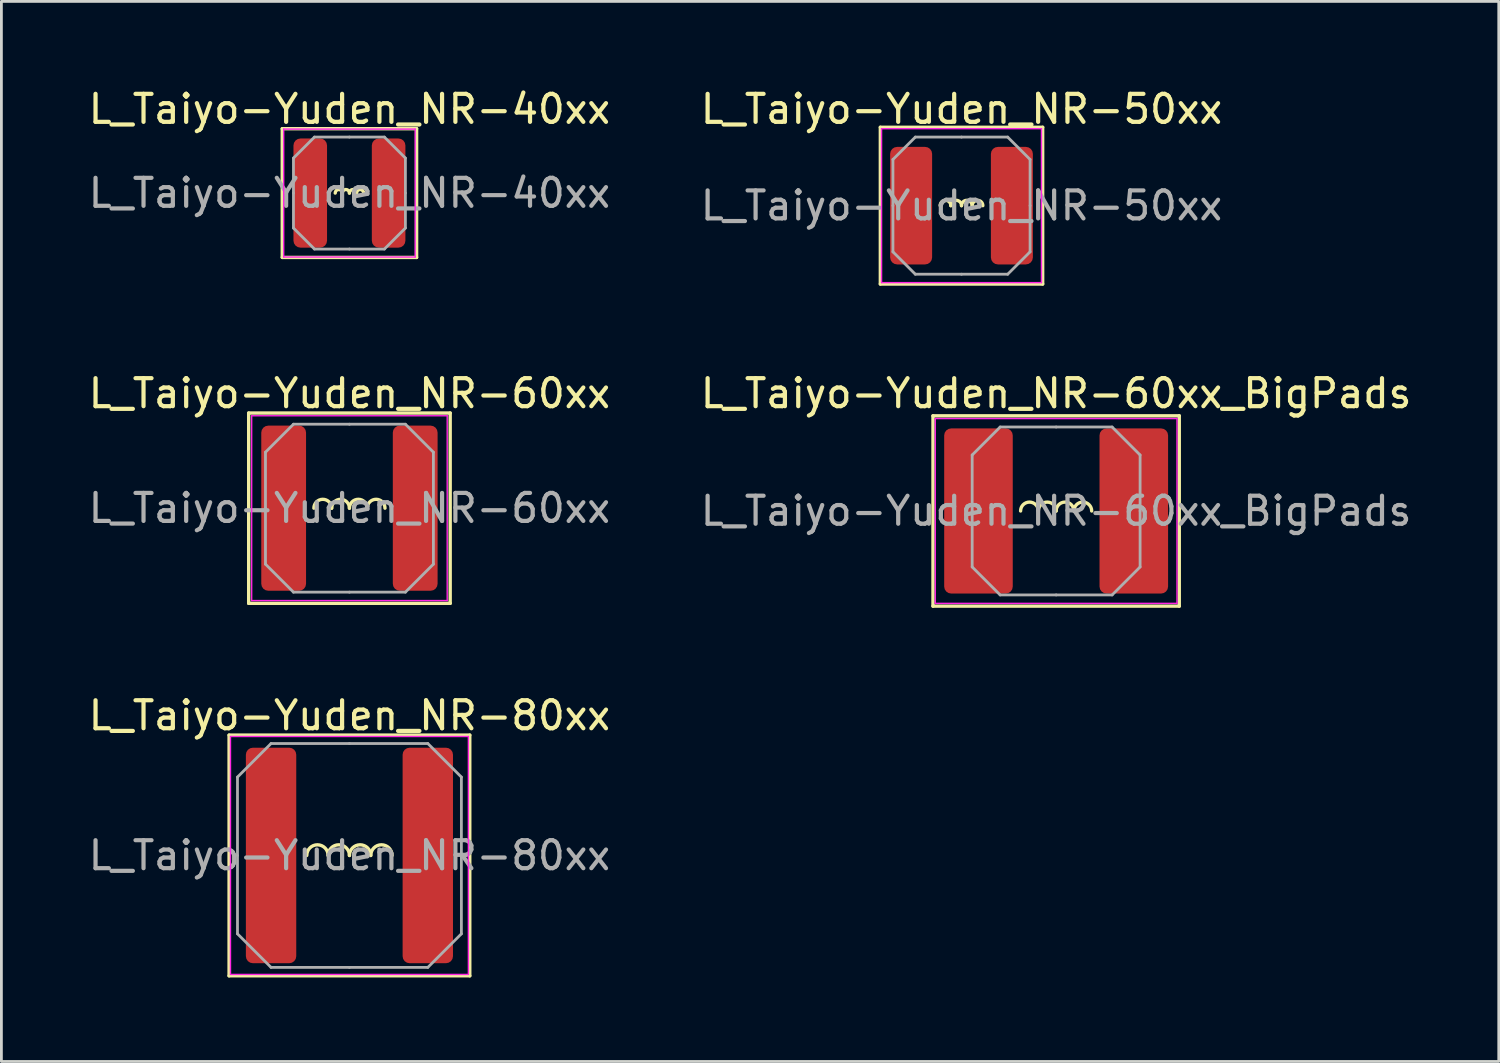
<source format=kicad_pcb>
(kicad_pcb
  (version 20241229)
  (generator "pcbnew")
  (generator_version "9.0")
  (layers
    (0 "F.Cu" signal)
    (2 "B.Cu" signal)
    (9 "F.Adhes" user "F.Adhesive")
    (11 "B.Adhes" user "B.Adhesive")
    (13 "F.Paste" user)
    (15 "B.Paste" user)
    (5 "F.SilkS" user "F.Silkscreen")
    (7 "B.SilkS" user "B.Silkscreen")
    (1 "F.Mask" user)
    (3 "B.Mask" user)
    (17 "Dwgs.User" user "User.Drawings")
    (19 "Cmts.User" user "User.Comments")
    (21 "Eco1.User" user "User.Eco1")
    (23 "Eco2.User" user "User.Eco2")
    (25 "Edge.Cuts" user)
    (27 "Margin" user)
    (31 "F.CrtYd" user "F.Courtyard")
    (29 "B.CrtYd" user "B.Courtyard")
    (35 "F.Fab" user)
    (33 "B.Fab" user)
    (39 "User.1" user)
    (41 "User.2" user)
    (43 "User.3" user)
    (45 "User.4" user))
  (footprint "L_Taiyo-Yuden_NR-80xx"
    (layer "F.Cu")
    (at 9.435 27.515)
    (property "Reference" "L_Taiyo-Yuden_NR-80xx" (at 0 -5 0) (layer "F.SilkS") (effects (font (size 1 1) (thickness 0.15))))
    (attr smd)
    (fp_line (start -4.3 -4.3) (end -4.3 4.3) (stroke (width 0.12) (type solid)) (layer "F.SilkS"))
    (fp_line (start -4.3 4.3) (end 4.3 4.3) (stroke (width 0.12) (type solid)) (layer "F.SilkS"))
    (fp_line (start 4.3 -4.3) (end -4.3 -4.3) (stroke (width 0.12) (type solid)) (layer "F.SilkS"))
    (fp_line (start 4.3 4.3) (end 4.3 -4.3) (stroke (width 0.12) (type solid)) (layer "F.SilkS"))
    (fp_arc (start -1.524 0) (mid -1.143 -0.381) (end -0.762 0) (stroke (width 0.12) (type solid)) (layer "F.SilkS"))
    (fp_arc (start -0.762 0) (mid -0.381 -0.381) (end 0 0) (stroke (width 0.12) (type solid)) (layer "F.SilkS"))
    (fp_arc (start 0 0) (mid 0.381 -0.381) (end 0.762 0) (stroke (width 0.12) (type solid)) (layer "F.SilkS"))
    (fp_arc (start 0.762 0) (mid 1.143 -0.381) (end 1.524 0) (stroke (width 0.12) (type solid)) (layer "F.SilkS"))
    (fp_line (start -4.25 -4.25) (end -4.25 4.25) (stroke (width 0.05) (type solid)) (layer "F.CrtYd"))
    (fp_line (start -4.25 4.25) (end 4.25 4.25) (stroke (width 0.05) (type solid)) (layer "F.CrtYd"))
    (fp_line (start 4.25 -4.25) (end -4.25 -4.25) (stroke (width 0.05) (type solid)) (layer "F.CrtYd"))
    (fp_line (start 4.25 4.25) (end 4.25 -4.25) (stroke (width 0.05) (type solid)) (layer "F.CrtYd"))
    (fp_line (start -4 -2.8) (end -2.8 -4) (stroke (width 0.1) (type solid)) (layer "F.Fab"))
    (fp_line (start -4 0) (end -4 -2.8) (stroke (width 0.1) (type solid)) (layer "F.Fab"))
    (fp_line (start -4 0) (end -4 2.8) (stroke (width 0.1) (type solid)) (layer "F.Fab"))
    (fp_line (start -4 2.8) (end -2.8 4) (stroke (width 0.1) (type solid)) (layer "F.Fab"))
    (fp_line (start -2.8 -4) (end 0 -4) (stroke (width 0.1) (type solid)) (layer "F.Fab"))
    (fp_line (start -2.8 4) (end 0 4) (stroke (width 0.1) (type solid)) (layer "F.Fab"))
    (fp_line (start 2.8 -4) (end 0 -4) (stroke (width 0.1) (type solid)) (layer "F.Fab"))
    (fp_line (start 2.8 4) (end 0 4) (stroke (width 0.1) (type solid)) (layer "F.Fab"))
    (fp_line (start 4 -2.8) (end 2.8 -4) (stroke (width 0.1) (type solid)) (layer "F.Fab"))
    (fp_line (start 4 0) (end 4 -2.8) (stroke (width 0.1) (type solid)) (layer "F.Fab"))
    (fp_line (start 4 0) (end 4 2.8) (stroke (width 0.1) (type solid)) (layer "F.Fab"))
    (fp_line (start 4 2.8) (end 2.8 4) (stroke (width 0.1) (type solid)) (layer "F.Fab"))
    (fp_text user "${REFERENCE}" (at 0 0 0) (layer "F.Fab") (effects (font (size 1 1) (thickness 0.15))))
    (pad "1" smd roundrect (at -2.8 0) (size 1.8 7.7) (layers "F.Cu" "F.Mask" "F.Paste") (roundrect_rratio 0.139))
    (pad "2" smd roundrect (at 2.8 0) (size 1.8 7.7) (layers "F.Cu" "F.Mask" "F.Paste") (roundrect_rratio 0.139)))
  (footprint "L_Taiyo-Yuden_NR-60xx_BigPads"
    (layer "F.Cu")
    (at 34.685 15.207)
    (property "Reference" "L_Taiyo-Yuden_NR-60xx_BigPads" (at 0 -4.2 0) (layer "F.SilkS") (effects (font (size 1 1) (thickness 0.15))))
    (attr smd)
    (fp_line (start -4.4 -3.4) (end -4.4 3.4) (stroke (width 0.12) (type solid)) (layer "F.SilkS"))
    (fp_line (start -4.4 3.4) (end 4.4 3.4) (stroke (width 0.12) (type solid)) (layer "F.SilkS"))
    (fp_line (start 4.4 -3.4) (end -4.4 -3.4) (stroke (width 0.12) (type solid)) (layer "F.SilkS"))
    (fp_line (start 4.4 3.4) (end 4.4 -3.4) (stroke (width 0.12) (type solid)) (layer "F.SilkS"))
    (fp_arc (start -1.27 0) (mid -0.9525 -0.3175) (end -0.635 0) (stroke (width 0.12) (type solid)) (layer "F.SilkS"))
    (fp_arc (start -0.635 0) (mid -0.3175 -0.3175) (end 0 0) (stroke (width 0.12) (type solid)) (layer "F.SilkS"))
    (fp_arc (start 0 0) (mid 0.3175 -0.3175) (end 0.635 0) (stroke (width 0.12) (type solid)) (layer "F.SilkS"))
    (fp_arc (start 0.635 0) (mid 0.9525 -0.3175) (end 1.27 0) (stroke (width 0.12) (type solid)) (layer "F.SilkS"))
    (fp_line (start -4.318 -3.302) (end -4.318 3.302) (stroke (width 0.05) (type solid)) (layer "F.CrtYd"))
    (fp_line (start -4.318 3.302) (end 4.318 3.302) (stroke (width 0.05) (type solid)) (layer "F.CrtYd"))
    (fp_line (start 4.318 -3.302) (end -4.318 -3.302) (stroke (width 0.05) (type solid)) (layer "F.CrtYd"))
    (fp_line (start 4.318 3.302) (end 4.318 -3.302) (stroke (width 0.05) (type solid)) (layer "F.CrtYd"))
    (fp_line (start -3 -2) (end -2 -3) (stroke (width 0.1) (type solid)) (layer "F.Fab"))
    (fp_line (start -3 0) (end -3 -2) (stroke (width 0.1) (type solid)) (layer "F.Fab"))
    (fp_line (start -3 0) (end -3 2) (stroke (width 0.1) (type solid)) (layer "F.Fab"))
    (fp_line (start -3 2) (end -2 3) (stroke (width 0.1) (type solid)) (layer "F.Fab"))
    (fp_line (start -2 -3) (end 0 -3) (stroke (width 0.1) (type solid)) (layer "F.Fab"))
    (fp_line (start -2 3) (end 0 3) (stroke (width 0.1) (type solid)) (layer "F.Fab"))
    (fp_line (start 2 -3) (end 0 -3) (stroke (width 0.1) (type solid)) (layer "F.Fab"))
    (fp_line (start 2 3) (end 0 3) (stroke (width 0.1) (type solid)) (layer "F.Fab"))
    (fp_line (start 3 -2) (end 2 -3) (stroke (width 0.1) (type solid)) (layer "F.Fab"))
    (fp_line (start 3 0) (end 3 -2) (stroke (width 0.1) (type solid)) (layer "F.Fab"))
    (fp_line (start 3 0) (end 3 2) (stroke (width 0.1) (type solid)) (layer "F.Fab"))
    (fp_line (start 3 2) (end 2 3) (stroke (width 0.1) (type solid)) (layer "F.Fab"))
    (fp_text user "${REFERENCE}" (at 0 0 0) (layer "F.Fab") (effects (font (size 1 1) (thickness 0.15))))
    (pad "1" smd roundrect (at -2.775 0) (size 2.45 5.9) (layers "F.Cu" "F.Mask" "F.Paste") (roundrect_rratio 0.102))
    (pad "2" smd roundrect (at 2.775 0) (size 2.45 5.9) (layers "F.Cu" "F.Mask" "F.Paste") (roundrect_rratio 0.102)))
  (footprint "L_Taiyo-Yuden_NR-50xx"
    (layer "F.Cu")
    (at 31.304 4.298)
    (property "Reference" "L_Taiyo-Yuden_NR-50xx" (at 0 -3.45 0) (layer "F.SilkS") (effects (font (size 1 1) (thickness 0.15))))
    (attr smd)
    (fp_line (start -2.9 -2.8) (end -2.9 2.8) (stroke (width 0.12) (type solid)) (layer "F.SilkS"))
    (fp_line (start -2.9 2.8) (end 2.9 2.8) (stroke (width 0.12) (type solid)) (layer "F.SilkS"))
    (fp_line (start 2.9 -2.8) (end -2.9 -2.8) (stroke (width 0.12) (type solid)) (layer "F.SilkS"))
    (fp_line (start 2.9 2.8) (end 2.9 -2.8) (stroke (width 0.12) (type solid)) (layer "F.SilkS"))
    (fp_arc (start -0.762 0) (mid -0.5715 -0.1905) (end -0.381 0) (stroke (width 0.12) (type solid)) (layer "F.SilkS"))
    (fp_arc (start -0.381 0) (mid -0.1905 -0.1905) (end 0 0) (stroke (width 0.12) (type solid)) (layer "F.SilkS"))
    (fp_arc (start 0 0) (mid 0.1905 -0.1905) (end 0.381 0) (stroke (width 0.12) (type solid)) (layer "F.SilkS"))
    (fp_arc (start 0.381 0) (mid 0.5715 -0.1905) (end 0.762 0) (stroke (width 0.12) (type solid)) (layer "F.SilkS"))
    (fp_line (start -2.857 -2.75) (end -2.857 2.75) (stroke (width 0.05) (type solid)) (layer "F.CrtYd"))
    (fp_line (start -2.857 2.75) (end 2.857 2.75) (stroke (width 0.05) (type solid)) (layer "F.CrtYd"))
    (fp_line (start 2.857 -2.75) (end -2.857 -2.75) (stroke (width 0.05) (type solid)) (layer "F.CrtYd"))
    (fp_line (start 2.857 2.75) (end 2.857 -2.75) (stroke (width 0.05) (type solid)) (layer "F.CrtYd"))
    (fp_line (start -2.45 -1.65) (end -1.65 -2.45) (stroke (width 0.1) (type solid)) (layer "F.Fab"))
    (fp_line (start -2.45 0) (end -2.45 -1.65) (stroke (width 0.1) (type solid)) (layer "F.Fab"))
    (fp_line (start -2.45 0) (end -2.45 1.65) (stroke (width 0.1) (type solid)) (layer "F.Fab"))
    (fp_line (start -2.45 1.65) (end -1.65 2.45) (stroke (width 0.1) (type solid)) (layer "F.Fab"))
    (fp_line (start -1.65 -2.45) (end 0 -2.45) (stroke (width 0.1) (type solid)) (layer "F.Fab"))
    (fp_line (start -1.65 2.45) (end 0 2.45) (stroke (width 0.1) (type solid)) (layer "F.Fab"))
    (fp_line (start 1.65 -2.45) (end 0 -2.45) (stroke (width 0.1) (type solid)) (layer "F.Fab"))
    (fp_line (start 1.65 2.45) (end 0 2.45) (stroke (width 0.1) (type solid)) (layer "F.Fab"))
    (fp_line (start 2.45 -1.65) (end 1.65 -2.45) (stroke (width 0.1) (type solid)) (layer "F.Fab"))
    (fp_line (start 2.45 0) (end 2.45 -1.65) (stroke (width 0.1) (type solid)) (layer "F.Fab"))
    (fp_line (start 2.45 0) (end 2.45 1.65) (stroke (width 0.1) (type solid)) (layer "F.Fab"))
    (fp_line (start 2.45 1.65) (end 1.65 2.45) (stroke (width 0.1) (type solid)) (layer "F.Fab"))
    (fp_text user "${REFERENCE}" (at 0 0 0) (layer "F.Fab") (effects (font (size 1 1) (thickness 0.15))))
    (pad "1" smd roundrect (at -1.8 0) (size 1.5 4.2) (layers "F.Cu" "F.Mask" "F.Paste") (roundrect_rratio 0.167))
    (pad "2" smd roundrect (at 1.8 0) (size 1.5 4.2) (layers "F.Cu" "F.Mask" "F.Paste") (roundrect_rratio 0.167)))
  (footprint "L_Taiyo-Yuden_NR-60xx"
    (layer "F.Cu")
    (at 9.435 15.107)
    (property "Reference" "L_Taiyo-Yuden_NR-60xx" (at 0 -4.1 0) (layer "F.SilkS") (effects (font (size 1 1) (thickness 0.15))))
    (attr smd)
    (fp_line (start -3.6 -3.4) (end -3.6 3.4) (stroke (width 0.12) (type solid)) (layer "F.SilkS"))
    (fp_line (start -3.6 3.4) (end 3.6 3.4) (stroke (width 0.12) (type solid)) (layer "F.SilkS"))
    (fp_line (start 3.6 -3.4) (end -3.6 -3.4) (stroke (width 0.12) (type solid)) (layer "F.SilkS"))
    (fp_line (start 3.6 3.4) (end 3.6 -3.4) (stroke (width 0.12) (type solid)) (layer "F.SilkS"))
    (fp_arc (start -1.27 0) (mid -0.9525 -0.3175) (end -0.635 0) (stroke (width 0.12) (type solid)) (layer "F.SilkS"))
    (fp_arc (start -0.635 0) (mid -0.3175 -0.3175) (end 0 0) (stroke (width 0.12) (type solid)) (layer "F.SilkS"))
    (fp_arc (start 0 0) (mid 0.3175 -0.3175) (end 0.635 0) (stroke (width 0.12) (type solid)) (layer "F.SilkS"))
    (fp_arc (start 0.635 0) (mid 0.9525 -0.3175) (end 1.27 0) (stroke (width 0.12) (type solid)) (layer "F.SilkS"))
    (fp_line (start -3.493 -3.302) (end -3.493 3.302) (stroke (width 0.05) (type solid)) (layer "F.CrtYd"))
    (fp_line (start -3.493 3.302) (end 3.493 3.302) (stroke (width 0.05) (type solid)) (layer "F.CrtYd"))
    (fp_line (start 3.493 -3.302) (end -3.493 -3.302) (stroke (width 0.05) (type solid)) (layer "F.CrtYd"))
    (fp_line (start 3.493 3.302) (end 3.493 -3.302) (stroke (width 0.05) (type solid)) (layer "F.CrtYd"))
    (fp_line (start -3 -2) (end -2 -3) (stroke (width 0.1) (type solid)) (layer "F.Fab"))
    (fp_line (start -3 0) (end -3 -2) (stroke (width 0.1) (type solid)) (layer "F.Fab"))
    (fp_line (start -3 0) (end -3 2) (stroke (width 0.1) (type solid)) (layer "F.Fab"))
    (fp_line (start -3 2) (end -2 3) (stroke (width 0.1) (type solid)) (layer "F.Fab"))
    (fp_line (start -2 -3) (end 0 -3) (stroke (width 0.1) (type solid)) (layer "F.Fab"))
    (fp_line (start -2 3) (end 0 3) (stroke (width 0.1) (type solid)) (layer "F.Fab"))
    (fp_line (start 2 -3) (end 0 -3) (stroke (width 0.1) (type solid)) (layer "F.Fab"))
    (fp_line (start 2 3) (end 0 3) (stroke (width 0.1) (type solid)) (layer "F.Fab"))
    (fp_line (start 3 -2) (end 2 -3) (stroke (width 0.1) (type solid)) (layer "F.Fab"))
    (fp_line (start 3 0) (end 3 -2) (stroke (width 0.1) (type solid)) (layer "F.Fab"))
    (fp_line (start 3 0) (end 3 2) (stroke (width 0.1) (type solid)) (layer "F.Fab"))
    (fp_line (start 3 2) (end 2 3) (stroke (width 0.1) (type solid)) (layer "F.Fab"))
    (fp_text user "${REFERENCE}" (at 0 0 0) (layer "F.Fab") (effects (font (size 1 1) (thickness 0.15))))
    (pad "1" smd roundrect (at -2.35 0) (size 1.6 5.9) (layers "F.Cu" "F.Mask" "F.Paste") (roundrect_rratio 0.156))
    (pad "2" smd roundrect (at 2.35 0) (size 1.6 5.9) (layers "F.Cu" "F.Mask" "F.Paste") (roundrect_rratio 0.156)))
  (footprint "L_Taiyo-Yuden_NR-40xx"
    (layer "F.Cu")
    (at 9.435 3.848)
    (property "Reference" "L_Taiyo-Yuden_NR-40xx" (at 0 -3 0) (layer "F.SilkS") (effects (font (size 1 1) (thickness 0.15))))
    (attr smd)
    (fp_line (start -2.4 -2.3) (end -2.4 2.3) (stroke (width 0.12) (type solid)) (layer "F.SilkS"))
    (fp_line (start -2.4 2.3) (end 2.4 2.3) (stroke (width 0.12) (type solid)) (layer "F.SilkS"))
    (fp_line (start 2.4 -2.3) (end -2.4 -2.3) (stroke (width 0.12) (type solid)) (layer "F.SilkS"))
    (fp_line (start 2.4 2.3) (end 2.4 -2.3) (stroke (width 0.12) (type solid)) (layer "F.SilkS"))
    (fp_arc (start -0.508 0) (mid -0.381 -0.127) (end -0.254 0) (stroke (width 0.12) (type solid)) (layer "F.SilkS"))
    (fp_arc (start -0.254 0) (mid -0.127 -0.127) (end 0 0) (stroke (width 0.12) (type solid)) (layer "F.SilkS"))
    (fp_arc (start 0 0) (mid 0.127 -0.127) (end 0.254 0) (stroke (width 0.12) (type solid)) (layer "F.SilkS"))
    (fp_arc (start 0.254 0) (mid 0.381 -0.127) (end 0.508 0) (stroke (width 0.12) (type solid)) (layer "F.SilkS"))
    (fp_line (start -2.349 -2.286) (end -2.349 2.286) (stroke (width 0.05) (type solid)) (layer "F.CrtYd"))
    (fp_line (start -2.349 2.286) (end 2.349 2.286) (stroke (width 0.05) (type solid)) (layer "F.CrtYd"))
    (fp_line (start 2.349 -2.286) (end -2.349 -2.286) (stroke (width 0.05) (type solid)) (layer "F.CrtYd"))
    (fp_line (start 2.349 2.286) (end 2.349 -2.286) (stroke (width 0.05) (type solid)) (layer "F.CrtYd"))
    (fp_line (start -2 -1.25) (end -1.25 -2) (stroke (width 0.1) (type solid)) (layer "F.Fab"))
    (fp_line (start -2 0) (end -2 -1.25) (stroke (width 0.1) (type solid)) (layer "F.Fab"))
    (fp_line (start -2 0) (end -2 1.25) (stroke (width 0.1) (type solid)) (layer "F.Fab"))
    (fp_line (start -2 1.25) (end -1.25 2) (stroke (width 0.1) (type solid)) (layer "F.Fab"))
    (fp_line (start -1.25 -2) (end 0 -2) (stroke (width 0.1) (type solid)) (layer "F.Fab"))
    (fp_line (start -1.25 2) (end 0 2) (stroke (width 0.1) (type solid)) (layer "F.Fab"))
    (fp_line (start 1.25 -2) (end 0 -2) (stroke (width 0.1) (type solid)) (layer "F.Fab"))
    (fp_line (start 1.25 2) (end 0 2) (stroke (width 0.1) (type solid)) (layer "F.Fab"))
    (fp_line (start 2 -1.25) (end 1.25 -2) (stroke (width 0.1) (type solid)) (layer "F.Fab"))
    (fp_line (start 2 0) (end 2 -1.25) (stroke (width 0.1) (type solid)) (layer "F.Fab"))
    (fp_line (start 2 0) (end 2 1.25) (stroke (width 0.1) (type solid)) (layer "F.Fab"))
    (fp_line (start 2 1.25) (end 1.25 2) (stroke (width 0.1) (type solid)) (layer "F.Fab"))
    (fp_text user "${REFERENCE}" (at 0 0 0) (layer "F.Fab") (effects (font (size 1 1) (thickness 0.15))))
    (pad "1" smd roundrect (at -1.4 0) (size 1.2 3.9) (layers "F.Cu" "F.Mask" "F.Paste") (roundrect_rratio 0.208))
    (pad "2" smd roundrect (at 1.4 0) (size 1.2 3.9) (layers "F.Cu" "F.Mask" "F.Paste") (roundrect_rratio 0.208)))
  (gr_rect
    (start -3 -3)
    (end 50.5 34.875)
    (stroke (width 0.1) (type default))
    (fill no)
    (layer "Edge.Cuts")))
</source>
